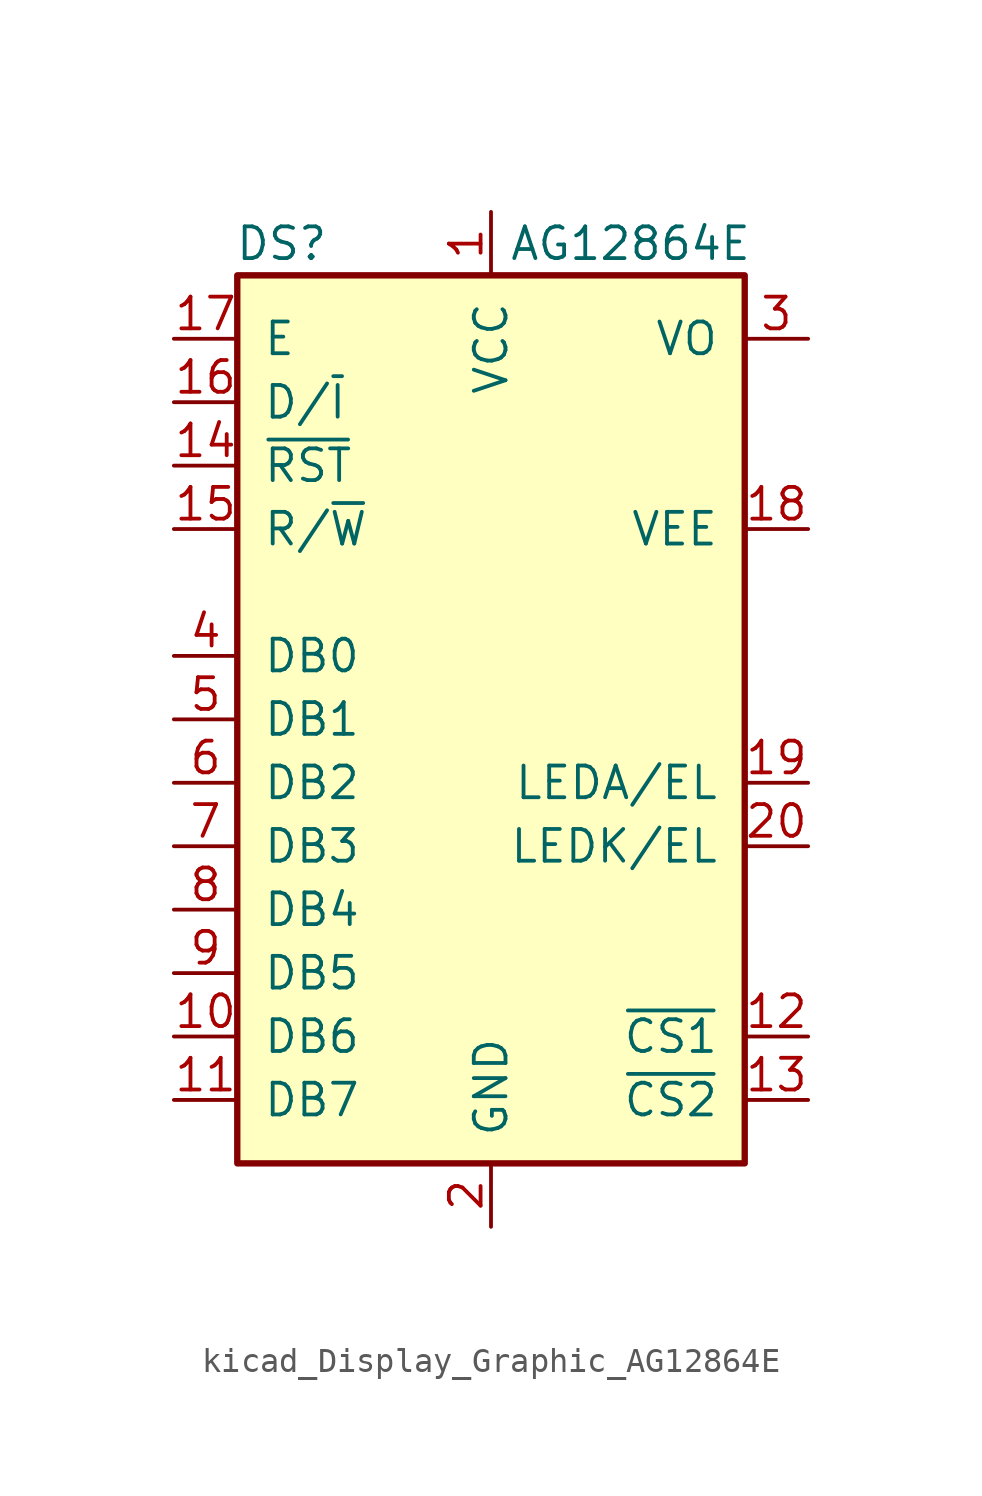
<source format=kicad_sym>
(kicad_symbol_lib
  (version 20220914)
  (generator kicad_symbol_editor)
  (symbol "kicad_Display_Graphic_AG12864E"
    (pin_names
      (offset 1.016))
    (property "Reference" "DS"
      (at -8.382 19.05 0)
      (effects (font (size 1.27 1.27))))
    (property "Value" "AG12864E"
      (at 5.588 19.05 0)
      (effects (font (size 1.27 1.27))))
    (symbol "kicad_Display_Graphic_AG12864E_0_1"
      (rectangle (start -10.16 17.78) (end 10.16 -17.78) (stroke (width 0.254) (type default)) (fill (type background))))
    (symbol "kicad_Display_Graphic_AG12864E_1_1"
      (pin power_in line (at 0 20.32 270) (length 2.54) (name "VCC" (effects (font (size 1.27 1.27)))) (number "1" (effects (font (size 1.27 1.27)))))
      (pin bidirectional line (at -12.7 -12.7 0) (length 2.54) (name "DB6" (effects (font (size 1.27 1.27)))) (number "10" (effects (font (size 1.27 1.27)))))
      (pin bidirectional line (at -12.7 -15.24 0) (length 2.54) (name "DB7" (effects (font (size 1.27 1.27)))) (number "11" (effects (font (size 1.27 1.27)))))
      (pin input line (at 12.7 -12.7 180) (length 2.54) (name "~{CS1}" (effects (font (size 1.27 1.27)))) (number "12" (effects (font (size 1.27 1.27)))))
      (pin input line (at 12.7 -15.24 180) (length 2.54) (name "~{CS2}" (effects (font (size 1.27 1.27)))) (number "13" (effects (font (size 1.27 1.27)))))
      (pin input line (at -12.7 10.16 0) (length 2.54) (name "~{RST}" (effects (font (size 1.27 1.27)))) (number "14" (effects (font (size 1.27 1.27)))))
      (pin input line (at -12.7 7.62 0) (length 2.54) (name "R/~{W}" (effects (font (size 1.27 1.27)))) (number "15" (effects (font (size 1.27 1.27)))))
      (pin input line (at -12.7 12.7 0) (length 2.54) (name "D/~{I}" (effects (font (size 1.27 1.27)))) (number "16" (effects (font (size 1.27 1.27)))))
      (pin input line (at -12.7 15.24 0) (length 2.54) (name "E" (effects (font (size 1.27 1.27)))) (number "17" (effects (font (size 1.27 1.27)))))
      (pin passive line (at 12.7 7.62 180) (length 2.54) (name "VEE" (effects (font (size 1.27 1.27)))) (number "18" (effects (font (size 1.27 1.27)))))
      (pin passive line (at 12.7 -2.54 180) (length 2.54) (name "LEDA/EL" (effects (font (size 1.27 1.27)))) (number "19" (effects (font (size 1.27 1.27)))))
      (pin power_in line (at 0 -20.32 90) (length 2.54) (name "GND" (effects (font (size 1.27 1.27)))) (number "2" (effects (font (size 1.27 1.27)))))
      (pin passive line (at 12.7 -5.08 180) (length 2.54) (name "LEDK/EL" (effects (font (size 1.27 1.27)))) (number "20" (effects (font (size 1.27 1.27)))))
      (pin passive line (at 12.7 15.24 180) (length 2.54) (name "VO" (effects (font (size 1.27 1.27)))) (number "3" (effects (font (size 1.27 1.27)))))
      (pin bidirectional line (at -12.7 2.54 0) (length 2.54) (name "DB0" (effects (font (size 1.27 1.27)))) (number "4" (effects (font (size 1.27 1.27)))))
      (pin bidirectional line (at -12.7 0 0) (length 2.54) (name "DB1" (effects (font (size 1.27 1.27)))) (number "5" (effects (font (size 1.27 1.27)))))
      (pin bidirectional line (at -12.7 -2.54 0) (length 2.54) (name "DB2" (effects (font (size 1.27 1.27)))) (number "6" (effects (font (size 1.27 1.27)))))
      (pin bidirectional line (at -12.7 -5.08 0) (length 2.54) (name "DB3" (effects (font (size 1.27 1.27)))) (number "7" (effects (font (size 1.27 1.27)))))
      (pin bidirectional line (at -12.7 -7.62 0) (length 2.54) (name "DB4" (effects (font (size 1.27 1.27)))) (number "8" (effects (font (size 1.27 1.27)))))
      (pin bidirectional line (at -12.7 -10.16 0) (length 2.54) (name "DB5" (effects (font (size 1.27 1.27)))) (number "9" (effects (font (size 1.27 1.27))))))))
</source>
